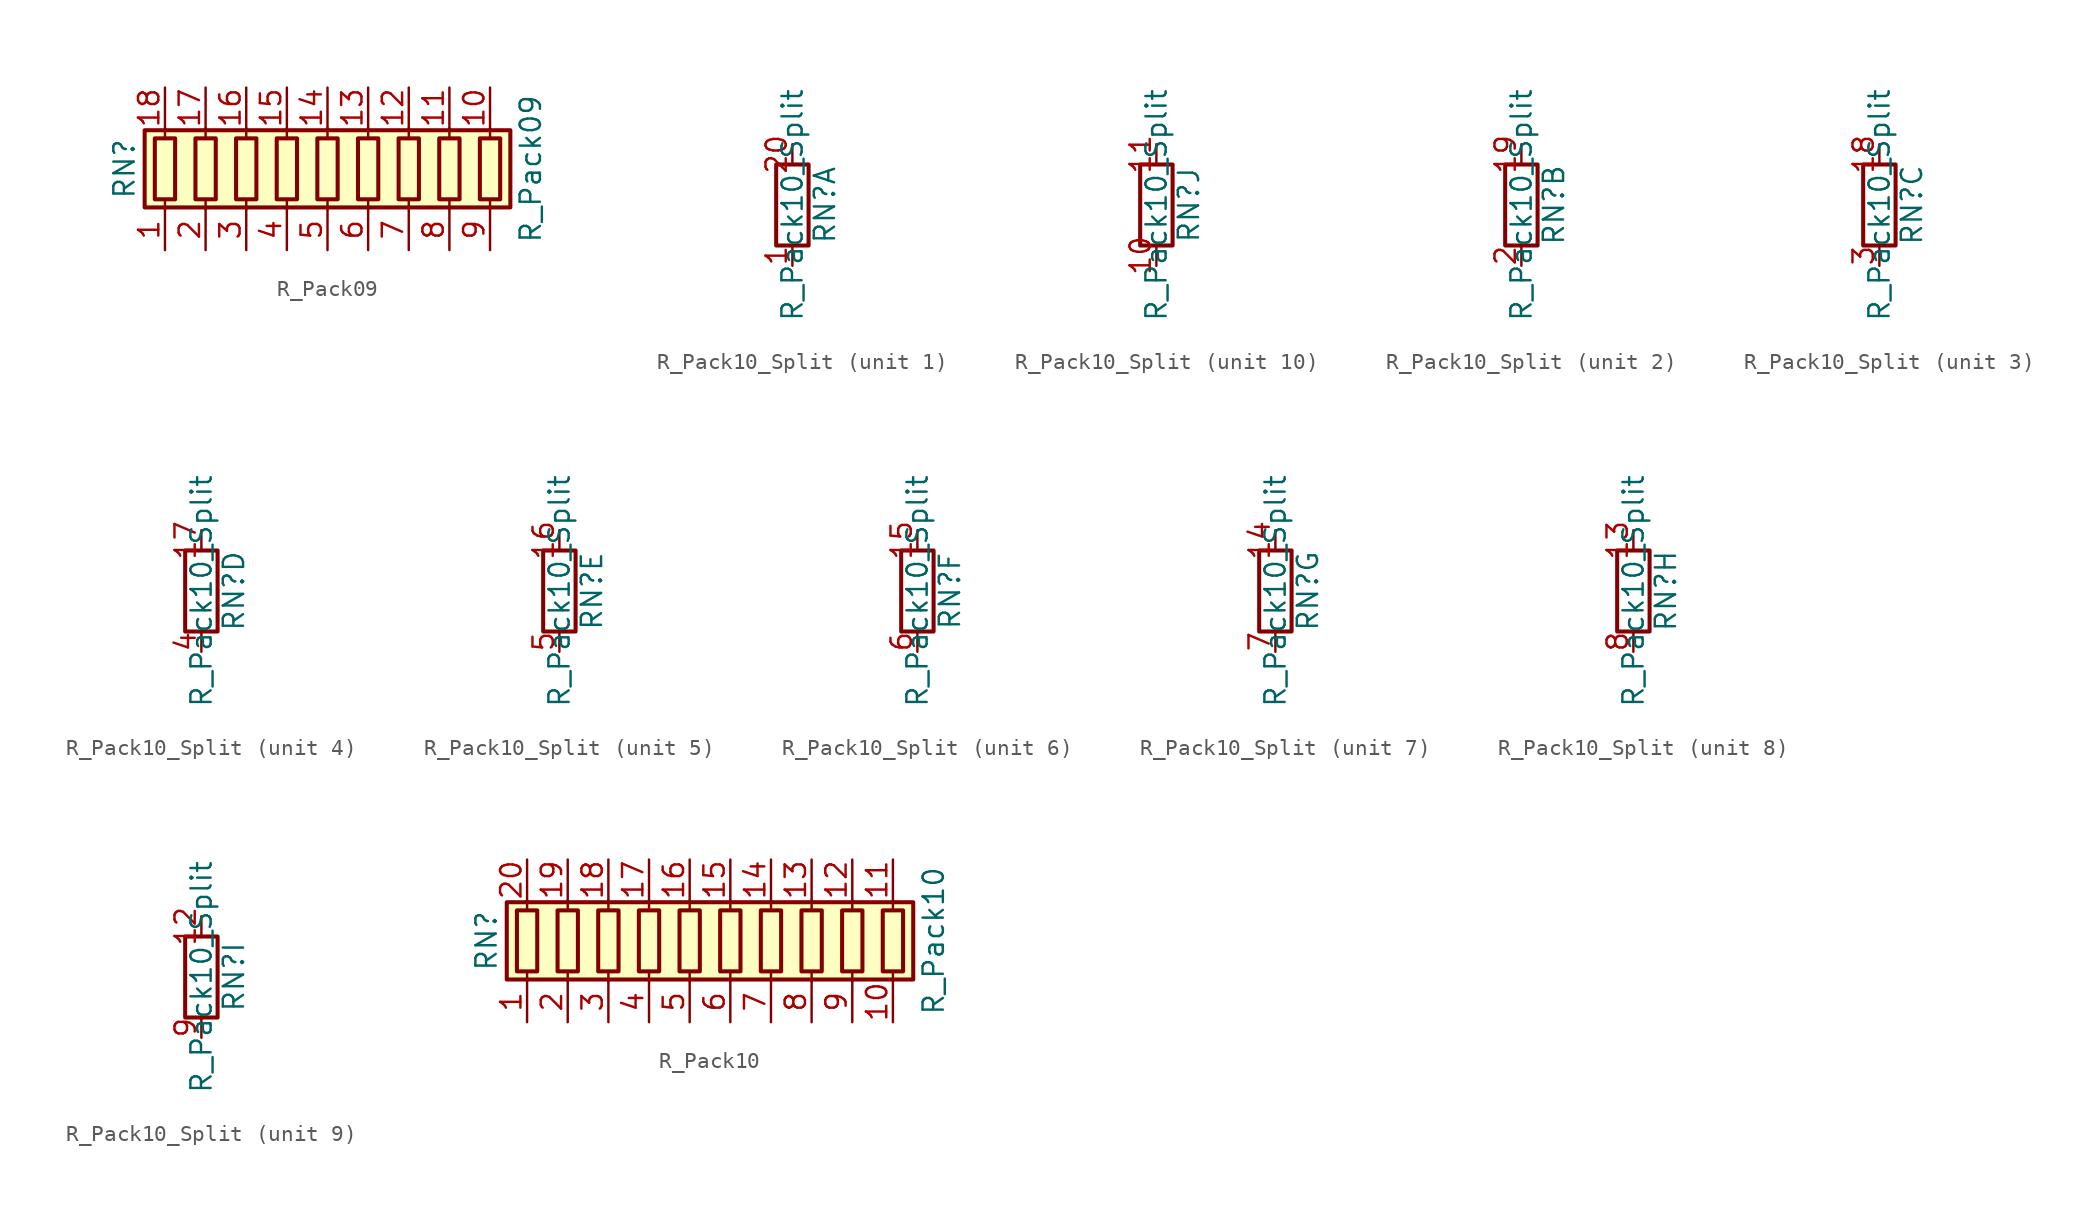
<source format=kicad_sym>
(kicad_symbol_lib
  (version 20241209)
  (generator "kicad_symbol_editor")
  (generator_version "9.0")
  (symbol "R_Pack09"
    (pin_names
      (offset 0)
      (hide yes))
    (property "Reference" "RN"
      (at -12.7 0 90)
      (effects (font (size 1.27 1.27))))
    (property "Value" "R_Pack09"
      (at 12.7 0 90)
      (effects (font (size 1.27 1.27))))
    (symbol "R_Pack09_0_1"
      (rectangle (start -11.43 -2.413) (end 11.43 2.413) (stroke (width 0.254) (type default)) (fill (type background)))
      (rectangle (start -10.795 1.905) (end -9.525 -1.905) (stroke (width 0.254) (type default)) (fill (type none)))
      (polyline (pts (xy -10.16 1.905) (xy -10.16 2.54)) (stroke (width 0) (type default)) (fill (type none)))
      (polyline (pts (xy -10.16 -2.54) (xy -10.16 -1.905)) (stroke (width 0) (type default)) (fill (type none)))
      (rectangle (start -8.255 1.905) (end -6.985 -1.905) (stroke (width 0.254) (type default)) (fill (type none)))
      (polyline (pts (xy -7.62 1.905) (xy -7.62 2.54)) (stroke (width 0) (type default)) (fill (type none)))
      (polyline (pts (xy -7.62 -2.54) (xy -7.62 -1.905)) (stroke (width 0) (type default)) (fill (type none)))
      (rectangle (start -5.715 1.905) (end -4.445 -1.905) (stroke (width 0.254) (type default)) (fill (type none)))
      (polyline (pts (xy -5.08 1.905) (xy -5.08 2.54)) (stroke (width 0) (type default)) (fill (type none)))
      (polyline (pts (xy -5.08 -2.54) (xy -5.08 -1.905)) (stroke (width 0) (type default)) (fill (type none)))
      (rectangle (start -3.175 1.905) (end -1.905 -1.905) (stroke (width 0.254) (type default)) (fill (type none)))
      (polyline (pts (xy -2.54 1.905) (xy -2.54 2.54)) (stroke (width 0) (type default)) (fill (type none)))
      (polyline (pts (xy -2.54 -2.54) (xy -2.54 -1.905)) (stroke (width 0) (type default)) (fill (type none)))
      (rectangle (start -0.635 1.905) (end 0.635 -1.905) (stroke (width 0.254) (type default)) (fill (type none)))
      (polyline (pts (xy 0 1.905) (xy 0 2.54)) (stroke (width 0) (type default)) (fill (type none)))
      (polyline (pts (xy 0 -2.54) (xy 0 -1.905)) (stroke (width 0) (type default)) (fill (type none)))
      (rectangle (start 1.905 1.905) (end 3.175 -1.905) (stroke (width 0.254) (type default)) (fill (type none)))
      (polyline (pts (xy 2.54 1.905) (xy 2.54 2.54)) (stroke (width 0) (type default)) (fill (type none)))
      (polyline (pts (xy 2.54 -2.54) (xy 2.54 -1.905)) (stroke (width 0) (type default)) (fill (type none)))
      (rectangle (start 4.445 1.905) (end 5.715 -1.905) (stroke (width 0.254) (type default)) (fill (type none)))
      (polyline (pts (xy 5.08 1.905) (xy 5.08 2.54)) (stroke (width 0) (type default)) (fill (type none)))
      (polyline (pts (xy 5.08 -2.54) (xy 5.08 -1.905)) (stroke (width 0) (type default)) (fill (type none)))
      (rectangle (start 6.985 1.905) (end 8.255 -1.905) (stroke (width 0.254) (type default)) (fill (type none)))
      (polyline (pts (xy 7.62 1.905) (xy 7.62 2.54)) (stroke (width 0) (type default)) (fill (type none)))
      (polyline (pts (xy 7.62 -2.54) (xy 7.62 -1.905)) (stroke (width 0) (type default)) (fill (type none)))
      (rectangle (start 9.525 1.905) (end 10.795 -1.905) (stroke (width 0.254) (type default)) (fill (type none)))
      (polyline (pts (xy 10.16 1.905) (xy 10.16 2.54)) (stroke (width 0) (type default)) (fill (type none)))
      (polyline (pts (xy 10.16 -2.54) (xy 10.16 -1.905)) (stroke (width 0) (type default)) (fill (type none))))
    (symbol "R_Pack09_1_1"
      (pin passive line (at -10.16 5.08 270) (length 2.54) (name "R1.2" (effects (font (size 1.27 1.27)))) (number "18" (effects (font (size 1.27 1.27)))))
      (pin passive line (at -10.16 -5.08 90) (length 2.54) (name "R1.1" (effects (font (size 1.27 1.27)))) (number "1" (effects (font (size 1.27 1.27)))))
      (pin passive line (at -7.62 5.08 270) (length 2.54) (name "R2.2" (effects (font (size 1.27 1.27)))) (number "17" (effects (font (size 1.27 1.27)))))
      (pin passive line (at -7.62 -5.08 90) (length 2.54) (name "R2.1" (effects (font (size 1.27 1.27)))) (number "2" (effects (font (size 1.27 1.27)))))
      (pin passive line (at -5.08 5.08 270) (length 2.54) (name "R3.2" (effects (font (size 1.27 1.27)))) (number "16" (effects (font (size 1.27 1.27)))))
      (pin passive line (at -5.08 -5.08 90) (length 2.54) (name "R3.1" (effects (font (size 1.27 1.27)))) (number "3" (effects (font (size 1.27 1.27)))))
      (pin passive line (at -2.54 5.08 270) (length 2.54) (name "R4.2" (effects (font (size 1.27 1.27)))) (number "15" (effects (font (size 1.27 1.27)))))
      (pin passive line (at -2.54 -5.08 90) (length 2.54) (name "R4.1" (effects (font (size 1.27 1.27)))) (number "4" (effects (font (size 1.27 1.27)))))
      (pin passive line (at 0 5.08 270) (length 2.54) (name "R5.2" (effects (font (size 1.27 1.27)))) (number "14" (effects (font (size 1.27 1.27)))))
      (pin passive line (at 0 -5.08 90) (length 2.54) (name "R5.1" (effects (font (size 1.27 1.27)))) (number "5" (effects (font (size 1.27 1.27)))))
      (pin passive line (at 2.54 5.08 270) (length 2.54) (name "R6.2" (effects (font (size 1.27 1.27)))) (number "13" (effects (font (size 1.27 1.27)))))
      (pin passive line (at 2.54 -5.08 90) (length 2.54) (name "R6.1" (effects (font (size 1.27 1.27)))) (number "6" (effects (font (size 1.27 1.27)))))
      (pin passive line (at 5.08 5.08 270) (length 2.54) (name "R7.2" (effects (font (size 1.27 1.27)))) (number "12" (effects (font (size 1.27 1.27)))))
      (pin passive line (at 5.08 -5.08 90) (length 2.54) (name "R7.1" (effects (font (size 1.27 1.27)))) (number "7" (effects (font (size 1.27 1.27)))))
      (pin passive line (at 7.62 5.08 270) (length 2.54) (name "R8.2" (effects (font (size 1.27 1.27)))) (number "11" (effects (font (size 1.27 1.27)))))
      (pin passive line (at 7.62 -5.08 90) (length 2.54) (name "R8.1" (effects (font (size 1.27 1.27)))) (number "8" (effects (font (size 1.27 1.27)))))
      (pin passive line (at 10.16 5.08 270) (length 2.54) (name "R9.2" (effects (font (size 1.27 1.27)))) (number "10" (effects (font (size 1.27 1.27)))))
      (pin passive line (at 10.16 -5.08 90) (length 2.54) (name "R9.1" (effects (font (size 1.27 1.27)))) (number "9" (effects (font (size 1.27 1.27)))))))
  (symbol "R_Pack10_Split"
    (pin_names
      (offset 0)
      (hide yes))
    (property "Reference" "RN"
      (at 2.032 0 90)
      (effects (font (size 1.27 1.27))))
    (property "Value" "R_Pack10_Split"
      (at 0 0 90)
      (effects (font (size 1.27 1.27))))
    (symbol "R_Pack10_Split_0_1"
      (rectangle (start 1.016 2.54) (end -1.016 -2.54) (stroke (width 0.254) (type default)) (fill (type none))))
    (symbol "R_Pack10_Split_1_1"
      (pin passive line (at 0 3.81 270) (length 1.27) (name "R1.2" (effects (font (size 1.27 1.27)))) (number "20" (effects (font (size 1.27 1.27)))))
      (pin passive line (at 0 -3.81 90) (length 1.27) (name "R1.1" (effects (font (size 1.27 1.27)))) (number "1" (effects (font (size 1.27 1.27))))))
    (symbol "R_Pack10_Split_2_1"
      (pin passive line (at 0 3.81 270) (length 1.27) (name "R2.2" (effects (font (size 1.27 1.27)))) (number "19" (effects (font (size 1.27 1.27)))))
      (pin passive line (at 0 -3.81 90) (length 1.27) (name "R2.1" (effects (font (size 1.27 1.27)))) (number "2" (effects (font (size 1.27 1.27))))))
    (symbol "R_Pack10_Split_3_1"
      (pin passive line (at 0 3.81 270) (length 1.27) (name "R3.2" (effects (font (size 1.27 1.27)))) (number "18" (effects (font (size 1.27 1.27)))))
      (pin passive line (at 0 -3.81 90) (length 1.27) (name "R3.1" (effects (font (size 1.27 1.27)))) (number "3" (effects (font (size 1.27 1.27))))))
    (symbol "R_Pack10_Split_4_1"
      (pin passive line (at 0 3.81 270) (length 1.27) (name "R4.2" (effects (font (size 1.27 1.27)))) (number "17" (effects (font (size 1.27 1.27)))))
      (pin passive line (at 0 -3.81 90) (length 1.27) (name "R4.1" (effects (font (size 1.27 1.27)))) (number "4" (effects (font (size 1.27 1.27))))))
    (symbol "R_Pack10_Split_5_1"
      (pin passive line (at 0 3.81 270) (length 1.27) (name "R5.2" (effects (font (size 1.27 1.27)))) (number "16" (effects (font (size 1.27 1.27)))))
      (pin passive line (at 0 -3.81 90) (length 1.27) (name "R5.1" (effects (font (size 1.27 1.27)))) (number "5" (effects (font (size 1.27 1.27))))))
    (symbol "R_Pack10_Split_6_1"
      (pin passive line (at 0 3.81 270) (length 1.27) (name "R6.2" (effects (font (size 1.27 1.27)))) (number "15" (effects (font (size 1.27 1.27)))))
      (pin passive line (at 0 -3.81 90) (length 1.27) (name "R6.1" (effects (font (size 1.27 1.27)))) (number "6" (effects (font (size 1.27 1.27))))))
    (symbol "R_Pack10_Split_7_1"
      (pin passive line (at 0 3.81 270) (length 1.27) (name "R7.2" (effects (font (size 1.27 1.27)))) (number "14" (effects (font (size 1.27 1.27)))))
      (pin passive line (at 0 -3.81 90) (length 1.27) (name "R7.1" (effects (font (size 1.27 1.27)))) (number "7" (effects (font (size 1.27 1.27))))))
    (symbol "R_Pack10_Split_8_1"
      (pin passive line (at 0 3.81 270) (length 1.27) (name "R8.2" (effects (font (size 1.27 1.27)))) (number "13" (effects (font (size 1.27 1.27)))))
      (pin passive line (at 0 -3.81 90) (length 1.27) (name "R8.1" (effects (font (size 1.27 1.27)))) (number "8" (effects (font (size 1.27 1.27))))))
    (symbol "R_Pack10_Split_9_1"
      (pin passive line (at 0 3.81 270) (length 1.27) (name "R9.2" (effects (font (size 1.27 1.27)))) (number "12" (effects (font (size 1.27 1.27)))))
      (pin passive line (at 0 -3.81 90) (length 1.27) (name "R9.1" (effects (font (size 1.27 1.27)))) (number "9" (effects (font (size 1.27 1.27))))))
    (symbol "R_Pack10_Split_10_1"
      (pin passive line (at 0 3.81 270) (length 1.27) (name "R10.2" (effects (font (size 1.27 1.27)))) (number "11" (effects (font (size 1.27 1.27)))))
      (pin passive line (at 0 -3.81 90) (length 1.27) (name "R10.1" (effects (font (size 1.27 1.27)))) (number "10" (effects (font (size 1.27 1.27)))))))
  (symbol "R_Pack10"
    (pin_names
      (offset 0)
      (hide yes))
    (property "Reference" "RN"
      (at -15.24 0 90)
      (effects (font (size 1.27 1.27))))
    (property "Value" "R_Pack10"
      (at 12.7 0 90)
      (effects (font (size 1.27 1.27))))
    (symbol "R_Pack10_0_1"
      (rectangle (start -13.97 -2.413) (end 11.43 2.413) (stroke (width 0.254) (type default)) (fill (type background)))
      (rectangle (start -13.335 1.905) (end -12.065 -1.905) (stroke (width 0.254) (type default)) (fill (type none)))
      (polyline (pts (xy -12.7 1.905) (xy -12.7 2.54)) (stroke (width 0) (type default)) (fill (type none)))
      (polyline (pts (xy -12.7 -2.54) (xy -12.7 -1.905)) (stroke (width 0) (type default)) (fill (type none)))
      (rectangle (start -10.795 1.905) (end -9.525 -1.905) (stroke (width 0.254) (type default)) (fill (type none)))
      (polyline (pts (xy -10.16 1.905) (xy -10.16 2.54)) (stroke (width 0) (type default)) (fill (type none)))
      (polyline (pts (xy -10.16 -2.54) (xy -10.16 -1.905)) (stroke (width 0) (type default)) (fill (type none)))
      (rectangle (start -8.255 1.905) (end -6.985 -1.905) (stroke (width 0.254) (type default)) (fill (type none)))
      (polyline (pts (xy -7.62 1.905) (xy -7.62 2.54)) (stroke (width 0) (type default)) (fill (type none)))
      (polyline (pts (xy -7.62 -2.54) (xy -7.62 -1.905)) (stroke (width 0) (type default)) (fill (type none)))
      (rectangle (start -5.715 1.905) (end -4.445 -1.905) (stroke (width 0.254) (type default)) (fill (type none)))
      (polyline (pts (xy -5.08 1.905) (xy -5.08 2.54)) (stroke (width 0) (type default)) (fill (type none)))
      (polyline (pts (xy -5.08 -2.54) (xy -5.08 -1.905)) (stroke (width 0) (type default)) (fill (type none)))
      (rectangle (start -3.175 1.905) (end -1.905 -1.905) (stroke (width 0.254) (type default)) (fill (type none)))
      (polyline (pts (xy -2.54 1.905) (xy -2.54 2.54)) (stroke (width 0) (type default)) (fill (type none)))
      (polyline (pts (xy -2.54 -2.54) (xy -2.54 -1.905)) (stroke (width 0) (type default)) (fill (type none)))
      (rectangle (start -0.635 1.905) (end 0.635 -1.905) (stroke (width 0.254) (type default)) (fill (type none)))
      (polyline (pts (xy 0 1.905) (xy 0 2.54)) (stroke (width 0) (type default)) (fill (type none)))
      (polyline (pts (xy 0 -2.54) (xy 0 -1.905)) (stroke (width 0) (type default)) (fill (type none)))
      (rectangle (start 1.905 1.905) (end 3.175 -1.905) (stroke (width 0.254) (type default)) (fill (type none)))
      (polyline (pts (xy 2.54 1.905) (xy 2.54 2.54)) (stroke (width 0) (type default)) (fill (type none)))
      (polyline (pts (xy 2.54 -2.54) (xy 2.54 -1.905)) (stroke (width 0) (type default)) (fill (type none)))
      (rectangle (start 4.445 1.905) (end 5.715 -1.905) (stroke (width 0.254) (type default)) (fill (type none)))
      (polyline (pts (xy 5.08 1.905) (xy 5.08 2.54)) (stroke (width 0) (type default)) (fill (type none)))
      (polyline (pts (xy 5.08 -2.54) (xy 5.08 -1.905)) (stroke (width 0) (type default)) (fill (type none)))
      (rectangle (start 6.985 1.905) (end 8.255 -1.905) (stroke (width 0.254) (type default)) (fill (type none)))
      (polyline (pts (xy 7.62 1.905) (xy 7.62 2.54)) (stroke (width 0) (type default)) (fill (type none)))
      (polyline (pts (xy 7.62 -2.54) (xy 7.62 -1.905)) (stroke (width 0) (type default)) (fill (type none)))
      (rectangle (start 9.525 1.905) (end 10.795 -1.905) (stroke (width 0.254) (type default)) (fill (type none)))
      (polyline (pts (xy 10.16 1.905) (xy 10.16 2.54)) (stroke (width 0) (type default)) (fill (type none)))
      (polyline (pts (xy 10.16 -2.54) (xy 10.16 -1.905)) (stroke (width 0) (type default)) (fill (type none))))
    (symbol "R_Pack10_1_1"
      (pin passive line (at -12.7 5.08 270) (length 2.54) (name "R1.2" (effects (font (size 1.27 1.27)))) (number "20" (effects (font (size 1.27 1.27)))))
      (pin passive line (at -12.7 -5.08 90) (length 2.54) (name "R1.1" (effects (font (size 1.27 1.27)))) (number "1" (effects (font (size 1.27 1.27)))))
      (pin passive line (at -10.16 5.08 270) (length 2.54) (name "R2.2" (effects (font (size 1.27 1.27)))) (number "19" (effects (font (size 1.27 1.27)))))
      (pin passive line (at -10.16 -5.08 90) (length 2.54) (name "R2.1" (effects (font (size 1.27 1.27)))) (number "2" (effects (font (size 1.27 1.27)))))
      (pin passive line (at -7.62 5.08 270) (length 2.54) (name "R3.2" (effects (font (size 1.27 1.27)))) (number "18" (effects (font (size 1.27 1.27)))))
      (pin passive line (at -7.62 -5.08 90) (length 2.54) (name "R3.1" (effects (font (size 1.27 1.27)))) (number "3" (effects (font (size 1.27 1.27)))))
      (pin passive line (at -5.08 5.08 270) (length 2.54) (name "R4.2" (effects (font (size 1.27 1.27)))) (number "17" (effects (font (size 1.27 1.27)))))
      (pin passive line (at -5.08 -5.08 90) (length 2.54) (name "R4.1" (effects (font (size 1.27 1.27)))) (number "4" (effects (font (size 1.27 1.27)))))
      (pin passive line (at -2.54 5.08 270) (length 2.54) (name "R5.2" (effects (font (size 1.27 1.27)))) (number "16" (effects (font (size 1.27 1.27)))))
      (pin passive line (at -2.54 -5.08 90) (length 2.54) (name "R5.1" (effects (font (size 1.27 1.27)))) (number "5" (effects (font (size 1.27 1.27)))))
      (pin passive line (at 0 5.08 270) (length 2.54) (name "R6.2" (effects (font (size 1.27 1.27)))) (number "15" (effects (font (size 1.27 1.27)))))
      (pin passive line (at 0 -5.08 90) (length 2.54) (name "R6.1" (effects (font (size 1.27 1.27)))) (number "6" (effects (font (size 1.27 1.27)))))
      (pin passive line (at 2.54 5.08 270) (length 2.54) (name "R7.2" (effects (font (size 1.27 1.27)))) (number "14" (effects (font (size 1.27 1.27)))))
      (pin passive line (at 2.54 -5.08 90) (length 2.54) (name "R7.1" (effects (font (size 1.27 1.27)))) (number "7" (effects (font (size 1.27 1.27)))))
      (pin passive line (at 5.08 5.08 270) (length 2.54) (name "R8.2" (effects (font (size 1.27 1.27)))) (number "13" (effects (font (size 1.27 1.27)))))
      (pin passive line (at 5.08 -5.08 90) (length 2.54) (name "R8.1" (effects (font (size 1.27 1.27)))) (number "8" (effects (font (size 1.27 1.27)))))
      (pin passive line (at 7.62 5.08 270) (length 2.54) (name "R9.2" (effects (font (size 1.27 1.27)))) (number "12" (effects (font (size 1.27 1.27)))))
      (pin passive line (at 7.62 -5.08 90) (length 2.54) (name "R9.1" (effects (font (size 1.27 1.27)))) (number "9" (effects (font (size 1.27 1.27)))))
      (pin passive line (at 10.16 5.08 270) (length 2.54) (name "R10.2" (effects (font (size 1.27 1.27)))) (number "11" (effects (font (size 1.27 1.27)))))
      (pin passive line (at 10.16 -5.08 90) (length 2.54) (name "R10.1" (effects (font (size 1.27 1.27)))) (number "10" (effects (font (size 1.27 1.27))))))))
</source>
